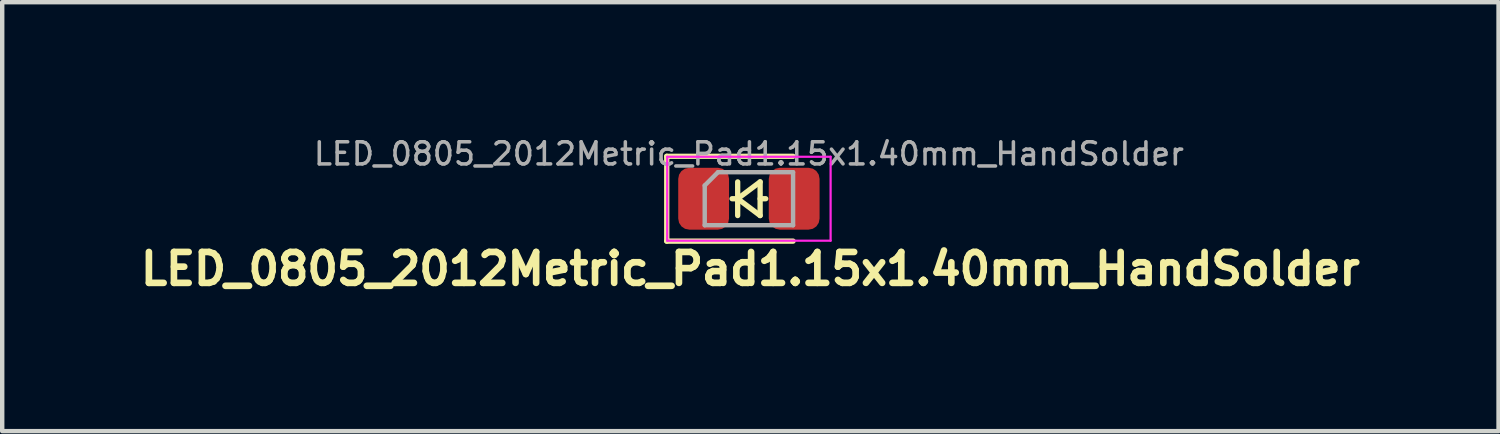
<source format=kicad_pcb>
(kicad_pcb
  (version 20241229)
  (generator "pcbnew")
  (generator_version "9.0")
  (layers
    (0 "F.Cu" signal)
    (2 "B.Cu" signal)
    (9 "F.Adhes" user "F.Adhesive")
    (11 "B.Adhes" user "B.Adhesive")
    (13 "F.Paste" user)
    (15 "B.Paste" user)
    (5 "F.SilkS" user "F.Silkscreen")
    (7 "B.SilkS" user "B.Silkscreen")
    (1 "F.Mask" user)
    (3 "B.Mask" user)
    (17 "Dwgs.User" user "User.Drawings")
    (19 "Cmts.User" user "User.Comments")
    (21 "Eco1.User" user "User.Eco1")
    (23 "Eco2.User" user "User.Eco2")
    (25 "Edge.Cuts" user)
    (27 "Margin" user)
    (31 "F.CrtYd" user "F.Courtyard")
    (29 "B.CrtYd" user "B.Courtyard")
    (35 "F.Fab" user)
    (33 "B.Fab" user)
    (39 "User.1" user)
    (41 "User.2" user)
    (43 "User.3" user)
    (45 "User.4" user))
  (footprint "LED_0805_2012Metric_Pad1.15x1.40mm_HandSolder"
    (layer "F.Cu")
    (at 13.905 1.449)
    (property "Reference" "LED_0805_2012Metric_Pad1.15x1.40mm_HandSolder" (at 0.033 1.589 180) (layer "F.SilkS") (effects (font (size 0.7 0.7) (thickness 0.15))))
    (attr smd)
    (fp_line (start -1.86 -0.96) (end -1.86 0.96) (stroke (width 0.12) (type solid)) (layer "F.SilkS"))
    (fp_line (start -1.86 0.96) (end 1 0.96) (stroke (width 0.12) (type solid)) (layer "F.SilkS"))
    (fp_line (start -0.254 -0.381) (end -0.254 0.381) (stroke (width 0.12) (type solid)) (layer "F.SilkS"))
    (fp_line (start -0.254 0) (end -0.381 0) (stroke (width 0.12) (type solid)) (layer "F.SilkS"))
    (fp_line (start -0.254 0) (end 0.254 -0.381) (stroke (width 0.12) (type solid)) (layer "F.SilkS"))
    (fp_line (start 0.254 -0.381) (end 0.254 0.381) (stroke (width 0.12) (type solid)) (layer "F.SilkS"))
    (fp_line (start 0.254 0) (end 0.381 0) (stroke (width 0.12) (type solid)) (layer "F.SilkS"))
    (fp_line (start 0.254 0.381) (end -0.254 0) (stroke (width 0.12) (type solid)) (layer "F.SilkS"))
    (fp_line (start 1 -0.96) (end -1.86 -0.96) (stroke (width 0.12) (type solid)) (layer "F.SilkS"))
    (fp_line (start -1.85 -0.95) (end 1.85 -0.95) (stroke (width 0.05) (type solid)) (layer "F.CrtYd"))
    (fp_line (start -1.85 0.95) (end -1.85 -0.95) (stroke (width 0.05) (type solid)) (layer "F.CrtYd"))
    (fp_line (start 1.85 -0.95) (end 1.85 0.95) (stroke (width 0.05) (type solid)) (layer "F.CrtYd"))
    (fp_line (start 1.85 0.95) (end -1.85 0.95) (stroke (width 0.05) (type solid)) (layer "F.CrtYd"))
    (fp_line (start -1 -0.3) (end -1 0.6) (stroke (width 0.1) (type solid)) (layer "F.Fab"))
    (fp_line (start -1 0.6) (end 1 0.6) (stroke (width 0.1) (type solid)) (layer "F.Fab"))
    (fp_line (start -0.7 -0.6) (end -1 -0.3) (stroke (width 0.1) (type solid)) (layer "F.Fab"))
    (fp_line (start 1 -0.6) (end -0.7 -0.6) (stroke (width 0.1) (type solid)) (layer "F.Fab"))
    (fp_line (start 1 0.6) (end 1 -0.6) (stroke (width 0.1) (type solid)) (layer "F.Fab"))
    (fp_text user "${REFERENCE}" (at 0 -1.016 180) (layer "F.Fab") (effects (font (size 0.5 0.5) (thickness 0.08))))
    (pad "1" smd roundrect (at -1.025 0) (size 1.15 1.4) (layers "F.Cu" "F.Mask" "F.Paste") (roundrect_rratio 0.217))
    (pad "2" smd roundrect (at 1.025 0) (size 1.15 1.4) (layers "F.Cu" "F.Mask" "F.Paste") (roundrect_rratio 0.217)))
  (gr_rect
    (start -3 -3)
    (end 30.877 6.711)
    (stroke (width 0.1) (type default))
    (fill no)
    (layer "Edge.Cuts")))
</source>
